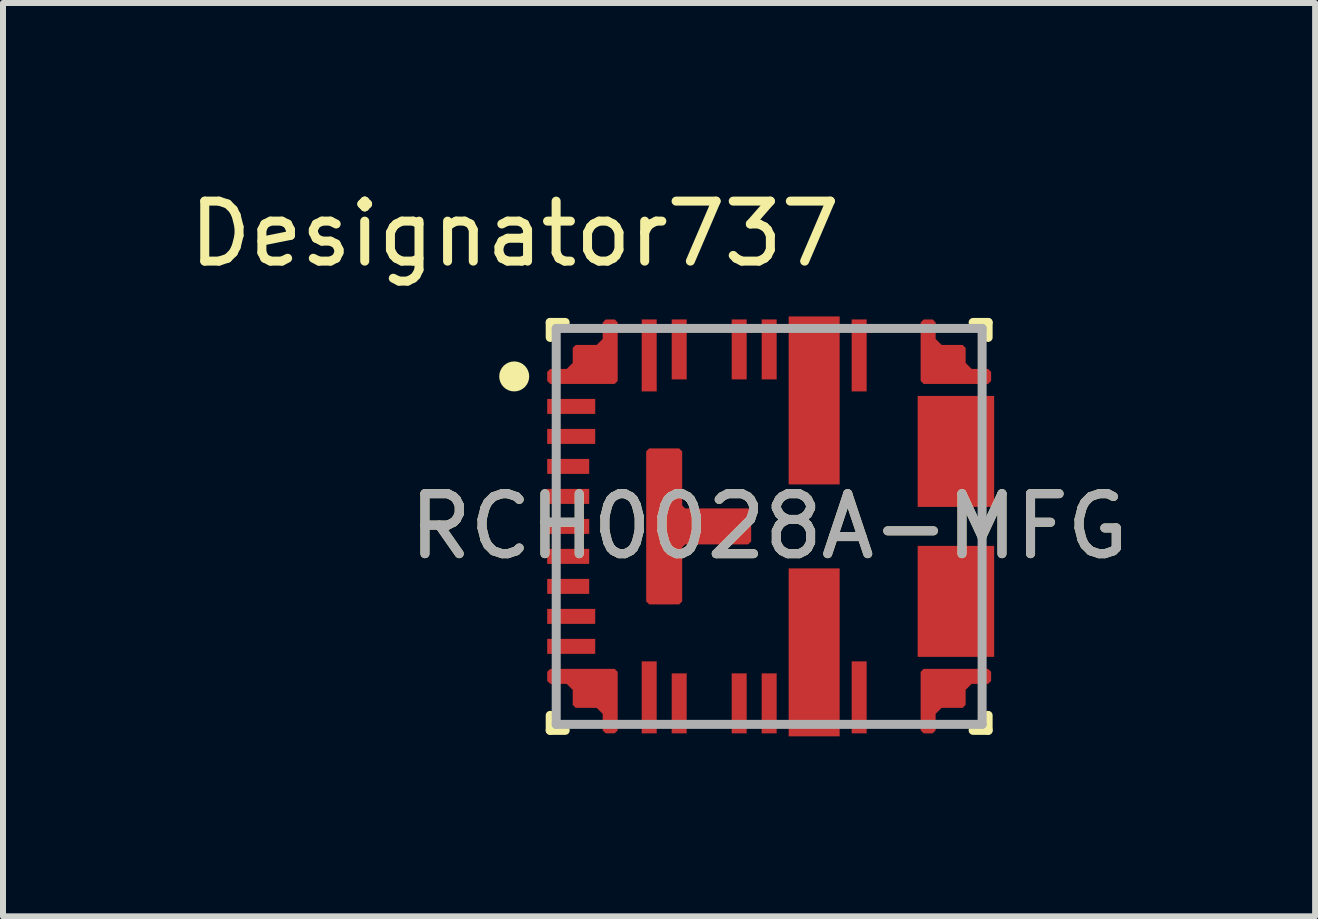
<source format=kicad_pcb>
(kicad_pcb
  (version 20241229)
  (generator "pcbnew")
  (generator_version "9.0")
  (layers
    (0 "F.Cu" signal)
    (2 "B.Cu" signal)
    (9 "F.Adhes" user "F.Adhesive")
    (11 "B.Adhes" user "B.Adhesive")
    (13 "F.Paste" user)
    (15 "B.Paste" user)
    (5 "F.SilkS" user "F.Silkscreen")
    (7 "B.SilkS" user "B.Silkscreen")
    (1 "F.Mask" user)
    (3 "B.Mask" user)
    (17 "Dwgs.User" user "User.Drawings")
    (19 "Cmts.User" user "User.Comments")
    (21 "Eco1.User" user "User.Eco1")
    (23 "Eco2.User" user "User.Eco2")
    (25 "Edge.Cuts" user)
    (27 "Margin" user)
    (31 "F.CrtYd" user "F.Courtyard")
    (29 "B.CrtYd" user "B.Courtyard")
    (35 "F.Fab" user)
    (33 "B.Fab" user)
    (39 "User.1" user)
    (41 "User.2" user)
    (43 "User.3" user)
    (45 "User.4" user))
  (footprint "RCH0028A-MFG"
    (layer "F.Cu")
    (at 9.772 5.725)
    (property "Reference" "RCH0028A-MFG" (at 0 0 0) (unlocked yes) (layer "F.SilkS") (effects (font (size 1 1) (thickness 0.15))))
    (attr smd)
    (fp_poly (pts (xy -3.65 -2.375) (xy -3.7 -2.425) (xy -3.7 -2.575) (xy -3.65 -2.625) (xy -3.375 -2.625) (xy -3.275 -2.725) (xy -3.275 -2.975) (xy -3.225 -3.025) (xy -2.875 -3.025) (xy -2.775 -3.125) (xy -2.775 -3.4) (xy -2.725 -3.45) (xy -2.575 -3.45) (xy -2.525 -3.4) (xy -2.525 -2.425) (xy -2.575 -2.375)) (stroke (width 0) (type solid)) (fill yes) (layer "F.Cu"))
    (fp_poly (pts (xy -3.65 2.375) (xy -3.7 2.425) (xy -3.7 2.575) (xy -3.65 2.625) (xy -3.375 2.625) (xy -3.275 2.725) (xy -3.275 2.975) (xy -3.225 3.025) (xy -2.875 3.025) (xy -2.775 3.125) (xy -2.775 3.4) (xy -2.725 3.45) (xy -2.575 3.45) (xy -2.525 3.4) (xy -2.525 2.425) (xy -2.575 2.375)) (stroke (width 0) (type solid)) (fill yes) (layer "F.Cu"))
    (fp_poly (pts (xy -2.05 -1.25) (xy -2 -1.3) (xy -1.5 -1.3) (xy -1.45 -1.25) (xy -1.45 -0.35) (xy -1.4 -0.3) (xy -0.35 -0.3) (xy -0.3 -0.25) (xy -0.3 0.25) (xy -0.35 0.3) (xy -1.4 0.3) (xy -1.45 0.35) (xy -1.45 1.25) (xy -1.5 1.3) (xy -2 1.3) (xy -2.05 1.25)) (stroke (width 0) (type solid)) (fill yes) (layer "F.Cu"))
    (fp_poly (pts (xy 3.65 -2.375) (xy 3.7 -2.425) (xy 3.7 -2.575) (xy 3.65 -2.625) (xy 3.375 -2.625) (xy 3.275 -2.725) (xy 3.275 -2.975) (xy 3.225 -3.025) (xy 2.875 -3.025) (xy 2.775 -3.125) (xy 2.775 -3.4) (xy 2.725 -3.45) (xy 2.575 -3.45) (xy 2.525 -3.4) (xy 2.525 -2.425) (xy 2.575 -2.375)) (stroke (width 0) (type solid)) (fill yes) (layer "F.Cu"))
    (fp_poly (pts (xy 3.65 2.375) (xy 3.7 2.425) (xy 3.7 2.575) (xy 3.65 2.625) (xy 3.375 2.625) (xy 3.275 2.725) (xy 3.275 2.975) (xy 3.225 3.025) (xy 2.875 3.025) (xy 2.775 3.125) (xy 2.775 3.4) (xy 2.725 3.45) (xy 2.575 3.45) (xy 2.525 3.4) (xy 2.525 2.425) (xy 2.575 2.375)) (stroke (width 0) (type solid)) (fill yes) (layer "F.Cu"))
    (fp_poly (pts (xy -3.65 -2.375) (xy -3.7 -2.425) (xy -3.7 -2.575) (xy -3.65 -2.625) (xy -3.375 -2.625) (xy -3.275 -2.725) (xy -3.275 -2.975) (xy -3.225 -3.025) (xy -2.875 -3.025) (xy -2.775 -3.125) (xy -2.775 -3.4) (xy -2.725 -3.45) (xy -2.575 -3.45) (xy -2.525 -3.4) (xy -2.525 -2.425) (xy -2.575 -2.375)) (stroke (width 0) (type solid)) (fill yes) (layer "F.Mask"))
    (fp_poly (pts (xy -3.65 2.375) (xy -3.7 2.425) (xy -3.7 2.575) (xy -3.65 2.625) (xy -3.375 2.625) (xy -3.275 2.725) (xy -3.275 2.975) (xy -3.225 3.025) (xy -2.875 3.025) (xy -2.775 3.125) (xy -2.775 3.4) (xy -2.725 3.45) (xy -2.575 3.45) (xy -2.525 3.4) (xy -2.525 2.425) (xy -2.575 2.375)) (stroke (width 0) (type solid)) (fill yes) (layer "F.Mask"))
    (fp_poly (pts (xy -2.05 -1.25) (xy -2 -1.3) (xy -1.5 -1.3) (xy -1.45 -1.25) (xy -1.45 -0.35) (xy -1.4 -0.3) (xy -0.35 -0.3) (xy -0.3 -0.25) (xy -0.3 0.25) (xy -0.35 0.3) (xy -1.4 0.3) (xy -1.45 0.35) (xy -1.45 1.25) (xy -1.5 1.3) (xy -2 1.3) (xy -2.05 1.25)) (stroke (width 0) (type solid)) (fill yes) (layer "F.Mask"))
    (fp_poly (pts (xy 0.375 3.4) (xy 0.425 3.45) (xy 0.575 3.45) (xy 0.625 3.4) (xy 0.625 3.15) (xy 0.675 3.1) (xy 0.825 3.1) (xy 0.875 3.15) (xy 0.875 3.4) (xy 0.925 3.45) (xy 1.075 3.45) (xy 1.125 3.4) (xy 1.125 0.8) (xy 1.075 0.75) (xy 0.425 0.75) (xy 0.375 0.8)) (stroke (width 0) (type solid)) (fill yes) (layer "F.Mask"))
    (fp_poly (pts (xy 0.375 -3.4) (xy 0.425 -3.45) (xy 0.575 -3.45) (xy 0.625 -3.4) (xy 0.625 -3.15) (xy 0.675 -3.1) (xy 0.825 -3.1) (xy 0.875 -3.15) (xy 0.875 -3.4) (xy 0.925 -3.45) (xy 1.075 -3.45) (xy 1.125 -3.4) (xy 1.125 -0.8) (xy 1.075 -0.75) (xy 0.425 -0.75) (xy 0.375 -0.8)) (stroke (width 0) (type solid)) (fill yes) (layer "F.Mask"))
    (fp_poly (pts (xy 3.65 -2.375) (xy 3.7 -2.425) (xy 3.7 -2.575) (xy 3.65 -2.625) (xy 3.375 -2.625) (xy 3.275 -2.725) (xy 3.275 -2.975) (xy 3.225 -3.025) (xy 2.875 -3.025) (xy 2.775 -3.125) (xy 2.775 -3.4) (xy 2.725 -3.45) (xy 2.575 -3.45) (xy 2.525 -3.4) (xy 2.525 -2.425) (xy 2.575 -2.375)) (stroke (width 0) (type solid)) (fill yes) (layer "F.Mask"))
    (fp_poly (pts (xy 3.65 2.375) (xy 3.7 2.425) (xy 3.7 2.575) (xy 3.65 2.625) (xy 3.375 2.625) (xy 3.275 2.725) (xy 3.275 2.975) (xy 3.225 3.025) (xy 2.875 3.025) (xy 2.775 3.125) (xy 2.775 3.4) (xy 2.725 3.45) (xy 2.575 3.45) (xy 2.525 3.4) (xy 2.525 2.425) (xy 2.575 2.375)) (stroke (width 0) (type solid)) (fill yes) (layer "F.Mask"))
    (fp_poly (pts (xy 2.525 -2.075) (xy 2.575 -2.125) (xy 3.65 -2.125) (xy 3.7 -2.075) (xy 3.7 -1.925) (xy 3.65 -1.875) (xy 3.4 -1.875) (xy 3.35 -1.825) (xy 3.35 -1.675) (xy 3.4 -1.625) (xy 3.65 -1.625) (xy 3.7 -1.575) (xy 3.7 -1.425) (xy 3.65 -1.375) (xy 3.4 -1.375) (xy 3.35 -1.325) (xy 3.35 -1.175) (xy 3.4 -1.125) (xy 3.65 -1.125) (xy 3.7 -1.075) (xy 3.7 -0.925) (xy 3.65 -0.875) (xy 3.4 -0.875) (xy 3.35 -0.825) (xy 3.35 -0.675) (xy 3.4 -0.625) (xy 3.65 -0.625) (xy 3.7 -0.575) (xy 3.7 -0.425) (xy 3.65 -0.375) (xy 2.575 -0.375) (xy 2.525 -0.425)) (stroke (width 0) (type solid)) (fill yes) (layer "F.Mask"))
    (fp_poly (pts (xy 2.525 2.075) (xy 2.575 2.125) (xy 3.65 2.125) (xy 3.7 2.075) (xy 3.7 1.925) (xy 3.65 1.875) (xy 3.4 1.875) (xy 3.35 1.825) (xy 3.35 1.675) (xy 3.4 1.625) (xy 3.65 1.625) (xy 3.7 1.575) (xy 3.7 1.425) (xy 3.65 1.375) (xy 3.4 1.375) (xy 3.35 1.325) (xy 3.35 1.175) (xy 3.4 1.125) (xy 3.65 1.125) (xy 3.7 1.075) (xy 3.7 0.925) (xy 3.65 0.875) (xy 3.4 0.875) (xy 3.35 0.825) (xy 3.35 0.675) (xy 3.4 0.625) (xy 3.65 0.625) (xy 3.7 0.575) (xy 3.7 0.425) (xy 3.65 0.375) (xy 2.575 0.375) (xy 2.525 0.425)) (stroke (width 0) (type solid)) (fill yes) (layer "F.Mask"))
    (fp_line (start -3.65 -3.4) (end -3.4 -3.4) (stroke (width 0.15) (type solid)) (layer "F.SilkS"))
    (fp_line (start -3.65 -3.15) (end -3.65 -3.4) (stroke (width 0.15) (type solid)) (layer "F.SilkS"))
    (fp_line (start -3.65 3.4) (end -3.65 3.15) (stroke (width 0.15) (type solid)) (layer "F.SilkS"))
    (fp_line (start -3.65 3.4) (end -3.4 3.4) (stroke (width 0.15) (type solid)) (layer "F.SilkS"))
    (fp_line (start 3.4 -3.4) (end 3.65 -3.4) (stroke (width 0.15) (type solid)) (layer "F.SilkS"))
    (fp_line (start 3.4 3.4) (end 3.65 3.4) (stroke (width 0.15) (type solid)) (layer "F.SilkS"))
    (fp_line (start 3.65 -3.15) (end 3.65 -3.4) (stroke (width 0.15) (type solid)) (layer "F.SilkS"))
    (fp_line (start 3.65 3.4) (end 3.65 3.15) (stroke (width 0.15) (type solid)) (layer "F.SilkS"))
    (fp_circle (center -4.25 -2.5) (end -4.125 -2.5) (stroke (width 0.25) (type solid)) (fill no) (layer "F.SilkS"))
    (fp_poly (pts (xy -1.515 0.1) (xy -1.465 0.15) (xy -1.465 1.2) (xy -1.515 1.25) (xy -1.985 1.25) (xy -2.035 1.2) (xy -2.035 0.15) (xy -1.985 0.1)) (stroke (width 0) (type solid)) (fill yes) (layer "F.Paste"))
    (fp_poly (pts (xy -1.465 -1.2) (xy -1.465 -0.15) (xy -1.515 -0.1) (xy -1.985 -0.1) (xy -2.035 -0.15) (xy -2.035 -1.2) (xy -1.985 -1.25) (xy -1.515 -1.25)) (stroke (width 0) (type solid)) (fill yes) (layer "F.Paste"))
    (fp_poly (pts (xy -0.365 -0.235) (xy -0.365 0.235) (xy -0.415 0.285) (xy -1.215 0.285) (xy -1.265 0.235) (xy -1.265 -0.235) (xy -1.215 -0.285) (xy -0.415 -0.285)) (stroke (width 0) (type solid)) (fill yes) (layer "F.Paste"))
    (fp_poly (pts (xy 0.375 3.4) (xy 0.375 3.15) (xy 0.425 3.1) (xy 0.575 3.1) (xy 0.625 3.15) (xy 0.625 3.4) (xy 0.575 3.45) (xy 0.425 3.45)) (stroke (width 0) (type solid)) (fill yes) (layer "F.Paste"))
    (fp_poly (pts (xy 0.395 1.99) (xy 0.445 1.94) (xy 1.055 1.94) (xy 1.105 1.99) (xy 1.105 2.85) (xy 1.055 2.9) (xy 0.445 2.9) (xy 0.395 2.85)) (stroke (width 0) (type solid)) (fill yes) (layer "F.Paste"))
    (fp_poly (pts (xy 0.445 -2.9) (xy 1.055 -2.9) (xy 1.105 -2.85) (xy 1.105 -1.99) (xy 1.055 -1.94) (xy 0.445 -1.94) (xy 0.395 -1.99) (xy 0.395 -2.85)) (stroke (width 0) (type solid)) (fill yes) (layer "F.Paste"))
    (fp_poly (pts (xy 0.445 0.78) (xy 1.055 0.78) (xy 1.105 0.83) (xy 1.105 1.69) (xy 1.055 1.74) (xy 0.445 1.74) (xy 0.395 1.69) (xy 0.395 0.83)) (stroke (width 0) (type solid)) (fill yes) (layer "F.Paste"))
    (fp_poly (pts (xy 0.575 -3.45) (xy 0.625 -3.4) (xy 0.625 -3.15) (xy 0.575 -3.1) (xy 0.425 -3.1) (xy 0.375 -3.15) (xy 0.375 -3.4) (xy 0.425 -3.45)) (stroke (width 0) (type solid)) (fill yes) (layer "F.Paste"))
    (fp_poly (pts (xy 0.875 3.4) (xy 0.875 3.15) (xy 0.925 3.1) (xy 1.075 3.1) (xy 1.125 3.15) (xy 1.125 3.4) (xy 1.075 3.45) (xy 0.925 3.45)) (stroke (width 0) (type solid)) (fill yes) (layer "F.Paste"))
    (fp_poly (pts (xy 1.105 -1.69) (xy 1.105 -0.83) (xy 1.055 -0.78) (xy 0.445 -0.78) (xy 0.395 -0.83) (xy 0.395 -1.69) (xy 0.445 -1.74) (xy 1.055 -1.74)) (stroke (width 0) (type solid)) (fill yes) (layer "F.Paste"))
    (fp_poly (pts (xy 1.125 -3.15) (xy 1.075 -3.1) (xy 0.925 -3.1) (xy 0.875 -3.15) (xy 0.875 -3.4) (xy 0.925 -3.45) (xy 1.075 -3.45) (xy 1.125 -3.4)) (stroke (width 0) (type solid)) (fill yes) (layer "F.Paste"))
    (fp_poly (pts (xy 3.15 -1.995) (xy 3.15 -0.505) (xy 3.1 -0.455) (xy 2.6 -0.455) (xy 2.55 -0.505) (xy 2.55 -1.995) (xy 2.6 -2.045) (xy 3.1 -2.045)) (stroke (width 0) (type solid)) (fill yes) (layer "F.Paste"))
    (fp_poly (pts (xy 3.15 0.505) (xy 3.15 1.995) (xy 3.1 2.045) (xy 2.6 2.045) (xy 2.55 1.995) (xy 2.55 0.505) (xy 2.6 0.455) (xy 3.1 0.455)) (stroke (width 0) (type solid)) (fill yes) (layer "F.Paste"))
    (fp_poly (pts (xy 3.35 -1.925) (xy 3.35 -2.075) (xy 3.4 -2.125) (xy 3.65 -2.125) (xy 3.7 -2.075) (xy 3.7 -1.925) (xy 3.65 -1.875) (xy 3.4 -1.875)) (stroke (width 0) (type solid)) (fill yes) (layer "F.Paste"))
    (fp_poly (pts (xy 3.35 -0.925) (xy 3.35 -1.075) (xy 3.4 -1.125) (xy 3.65 -1.125) (xy 3.7 -1.075) (xy 3.7 -0.925) (xy 3.65 -0.875) (xy 3.4 -0.875)) (stroke (width 0) (type solid)) (fill yes) (layer "F.Paste"))
    (fp_poly (pts (xy 3.35 -0.575) (xy 3.4 -0.625) (xy 3.65 -0.625) (xy 3.7 -0.575) (xy 3.7 -0.425) (xy 3.65 -0.375) (xy 3.4 -0.375) (xy 3.35 -0.425)) (stroke (width 0) (type solid)) (fill yes) (layer "F.Paste"))
    (fp_poly (pts (xy 3.35 0.425) (xy 3.4 0.375) (xy 3.65 0.375) (xy 3.7 0.425) (xy 3.7 0.575) (xy 3.65 0.625) (xy 3.4 0.625) (xy 3.35 0.575)) (stroke (width 0) (type solid)) (fill yes) (layer "F.Paste"))
    (fp_poly (pts (xy 3.35 1.425) (xy 3.4 1.375) (xy 3.65 1.375) (xy 3.7 1.425) (xy 3.7 1.575) (xy 3.65 1.625) (xy 3.4 1.625) (xy 3.35 1.575)) (stroke (width 0) (type solid)) (fill yes) (layer "F.Paste"))
    (fp_poly (pts (xy 3.65 -1.375) (xy 3.4 -1.375) (xy 3.35 -1.425) (xy 3.35 -1.575) (xy 3.4 -1.625) (xy 3.65 -1.625) (xy 3.7 -1.575) (xy 3.7 -1.425)) (stroke (width 0) (type solid)) (fill yes) (layer "F.Paste"))
    (fp_poly (pts (xy 3.65 1.125) (xy 3.4 1.125) (xy 3.35 1.075) (xy 3.35 0.925) (xy 3.4 0.875) (xy 3.65 0.875) (xy 3.7 0.925) (xy 3.7 1.075)) (stroke (width 0) (type solid)) (fill yes) (layer "F.Paste"))
    (fp_poly (pts (xy 3.65 2.125) (xy 3.4 2.125) (xy 3.35 2.075) (xy 3.35 1.925) (xy 3.4 1.875) (xy 3.65 1.875) (xy 3.7 1.925) (xy 3.7 2.075)) (stroke (width 0) (type solid)) (fill yes) (layer "F.Paste"))
    (fp_poly (pts (xy -3.65 -2.375) (xy -3.7 -2.425) (xy -3.7 -2.575) (xy -3.65 -2.625) (xy -3.275 -2.625) (xy -3.225 -2.675) (xy -3.225 -2.925) (xy -3.175 -2.975) (xy -2.825 -2.975) (xy -2.775 -3.025) (xy -2.775 -3.4) (xy -2.725 -3.45) (xy -2.575 -3.45) (xy -2.525 -3.4) (xy -2.525 -2.425) (xy -2.575 -2.375)) (stroke (width 0) (type solid)) (fill yes) (layer "F.Paste"))
    (fp_poly (pts (xy -3.65 2.375) (xy -3.7 2.425) (xy -3.7 2.575) (xy -3.65 2.625) (xy -3.275 2.625) (xy -3.225 2.675) (xy -3.225 2.925) (xy -3.175 2.975) (xy -2.825 2.975) (xy -2.775 3.025) (xy -2.775 3.4) (xy -2.725 3.45) (xy -2.575 3.45) (xy -2.525 3.4) (xy -2.525 2.425) (xy -2.575 2.375)) (stroke (width 0) (type solid)) (fill yes) (layer "F.Paste"))
    (fp_poly (pts (xy 3.65 -2.375) (xy 3.7 -2.425) (xy 3.7 -2.575) (xy 3.65 -2.625) (xy 3.275 -2.625) (xy 3.225 -2.675) (xy 3.225 -2.925) (xy 3.175 -2.975) (xy 2.825 -2.975) (xy 2.775 -3.025) (xy 2.775 -3.4) (xy 2.725 -3.45) (xy 2.575 -3.45) (xy 2.525 -3.4) (xy 2.525 -2.425) (xy 2.575 -2.375)) (stroke (width 0) (type solid)) (fill yes) (layer "F.Paste"))
    (fp_poly (pts (xy 3.65 2.375) (xy 3.7 2.425) (xy 3.7 2.575) (xy 3.65 2.625) (xy 3.275 2.625) (xy 3.225 2.675) (xy 3.225 2.925) (xy 3.175 2.975) (xy 2.825 2.975) (xy 2.775 3.025) (xy 2.775 3.4) (xy 2.725 3.45) (xy 2.575 3.45) (xy 2.525 3.4) (xy 2.525 2.425) (xy 2.575 2.375)) (stroke (width 0) (type solid)) (fill yes) (layer "F.Paste"))
    (fp_line (start -3.55 -3.3) (end 3.55 -3.3) (stroke (width 0.15) (type solid)) (layer "F.Fab"))
    (fp_line (start -3.55 3.3) (end -3.55 -3.3) (stroke (width 0.15) (type solid)) (layer "F.Fab"))
    (fp_line (start -3.55 3.3) (end 3.55 3.3) (stroke (width 0.15) (type solid)) (layer "F.Fab"))
    (fp_line (start 3.55 3.3) (end 3.55 -3.3) (stroke (width 0.15) (type solid)) (layer "F.Fab"))
    (fp_text user "Designator737" (at -4.242 -4.877 0) (unlocked yes) (layer "F.SilkS") (effects (font (size 1 1) (thickness 0.15))))
    (fp_text user "${REFERENCE}" (at 0 0 0) (unlocked yes) (layer "F.Fab") (effects (font (size 1 1) (thickness 0.15))))
    (pad "1" smd circle (at -2.961 -2.711) (size 0.565 0.565) (layers "F.Cu" "F.Mask"))
    (pad "2" smd rect (at -3.3 -2) (size 0.8 0.25) (layers "F.Cu" "F.Mask" "F.Paste"))
    (pad "3" smd rect (at -3.3 -1.5) (size 0.8 0.25) (layers "F.Cu" "F.Mask" "F.Paste"))
    (pad "4" smd rect (at -3.35 -1) (size 0.7 0.25) (layers "F.Cu" "F.Mask" "F.Paste"))
    (pad "5" smd rect (at -3.35 -0.5) (size 0.7 0.25) (layers "F.Cu" "F.Mask" "F.Paste"))
    (pad "6" smd rect (at -3.35 0) (size 0.7 0.25) (layers "F.Cu" "F.Mask" "F.Paste"))
    (pad "7" smd rect (at -3.35 0.5) (size 0.7 0.25) (layers "F.Cu" "F.Mask" "F.Paste"))
    (pad "8" smd rect (at -3.35 1) (size 0.7 0.25) (layers "F.Cu" "F.Mask" "F.Paste"))
    (pad "9" smd rect (at -3.3 1.5) (size 0.8 0.25) (layers "F.Cu" "F.Mask" "F.Paste"))
    (pad "10" smd rect (at -3.3 2) (size 0.8 0.25) (layers "F.Cu" "F.Mask" "F.Paste"))
    (pad "11" smd circle (at -2.961 2.711) (size 0.565 0.565) (layers "F.Cu" "F.Mask"))
    (pad "12" smd rect (at -2 2.85) (size 0.25 1.2) (layers "F.Cu" "F.Mask" "F.Paste"))
    (pad "13" smd rect (at -1.5 2.95) (size 0.25 1) (layers "F.Cu" "F.Mask" "F.Paste"))
    (pad "14" smd rect (at -0.5 2.95) (size 0.25 1) (layers "F.Cu" "F.Mask" "F.Paste"))
    (pad "15" smd rect (at 0 2.95) (size 0.25 1) (layers "F.Cu" "F.Mask" "F.Paste"))
    (pad "16" smd rect (at 0.75 2.1) (size 0.85 2.8) (layers "F.Cu"))
    (pad "17" smd rect (at 1.5 2.85) (size 0.25 1.2) (layers "F.Cu" "F.Mask" "F.Paste"))
    (pad "18" smd circle (at 2.861 2.711) (size 0.565 0.565) (layers "F.Cu" "F.Mask"))
    (pad "19" smd rect (at 3.113 1.25) (size 1.275 1.85) (layers "F.Cu"))
    (pad "20" smd rect (at 3.113 -1.25) (size 1.275 1.85) (layers "F.Cu"))
    (pad "21" smd circle (at 2.861 -2.711) (size 0.565 0.565) (layers "F.Cu" "F.Mask"))
    (pad "22" smd rect (at 1.5 -2.85) (size 0.25 1.2) (layers "F.Cu" "F.Mask" "F.Paste"))
    (pad "23" smd rect (at 0.75 -2.1) (size 0.85 2.8) (layers "F.Cu"))
    (pad "24" smd rect (at 0 -2.95) (size 0.25 1) (layers "F.Cu" "F.Mask" "F.Paste"))
    (pad "25" smd rect (at -0.5 -2.95) (size 0.25 1) (layers "F.Cu" "F.Mask" "F.Paste"))
    (pad "26" smd rect (at -1.5 -2.95) (size 0.25 1) (layers "F.Cu" "F.Mask" "F.Paste"))
    (pad "27" smd rect (at -2 -2.85) (size 0.25 1.2) (layers "F.Cu" "F.Mask" "F.Paste"))
    (pad "28" smd circle (at -1.667 0.042) (size 0.644 0.644) (layers "F.Cu" "F.Mask")))
  (gr_rect
    (start -3 -3)
    (end 18.873 12.225)
    (stroke (width 0.1) (type default))
    (fill no)
    (layer "Edge.Cuts")))
</source>
